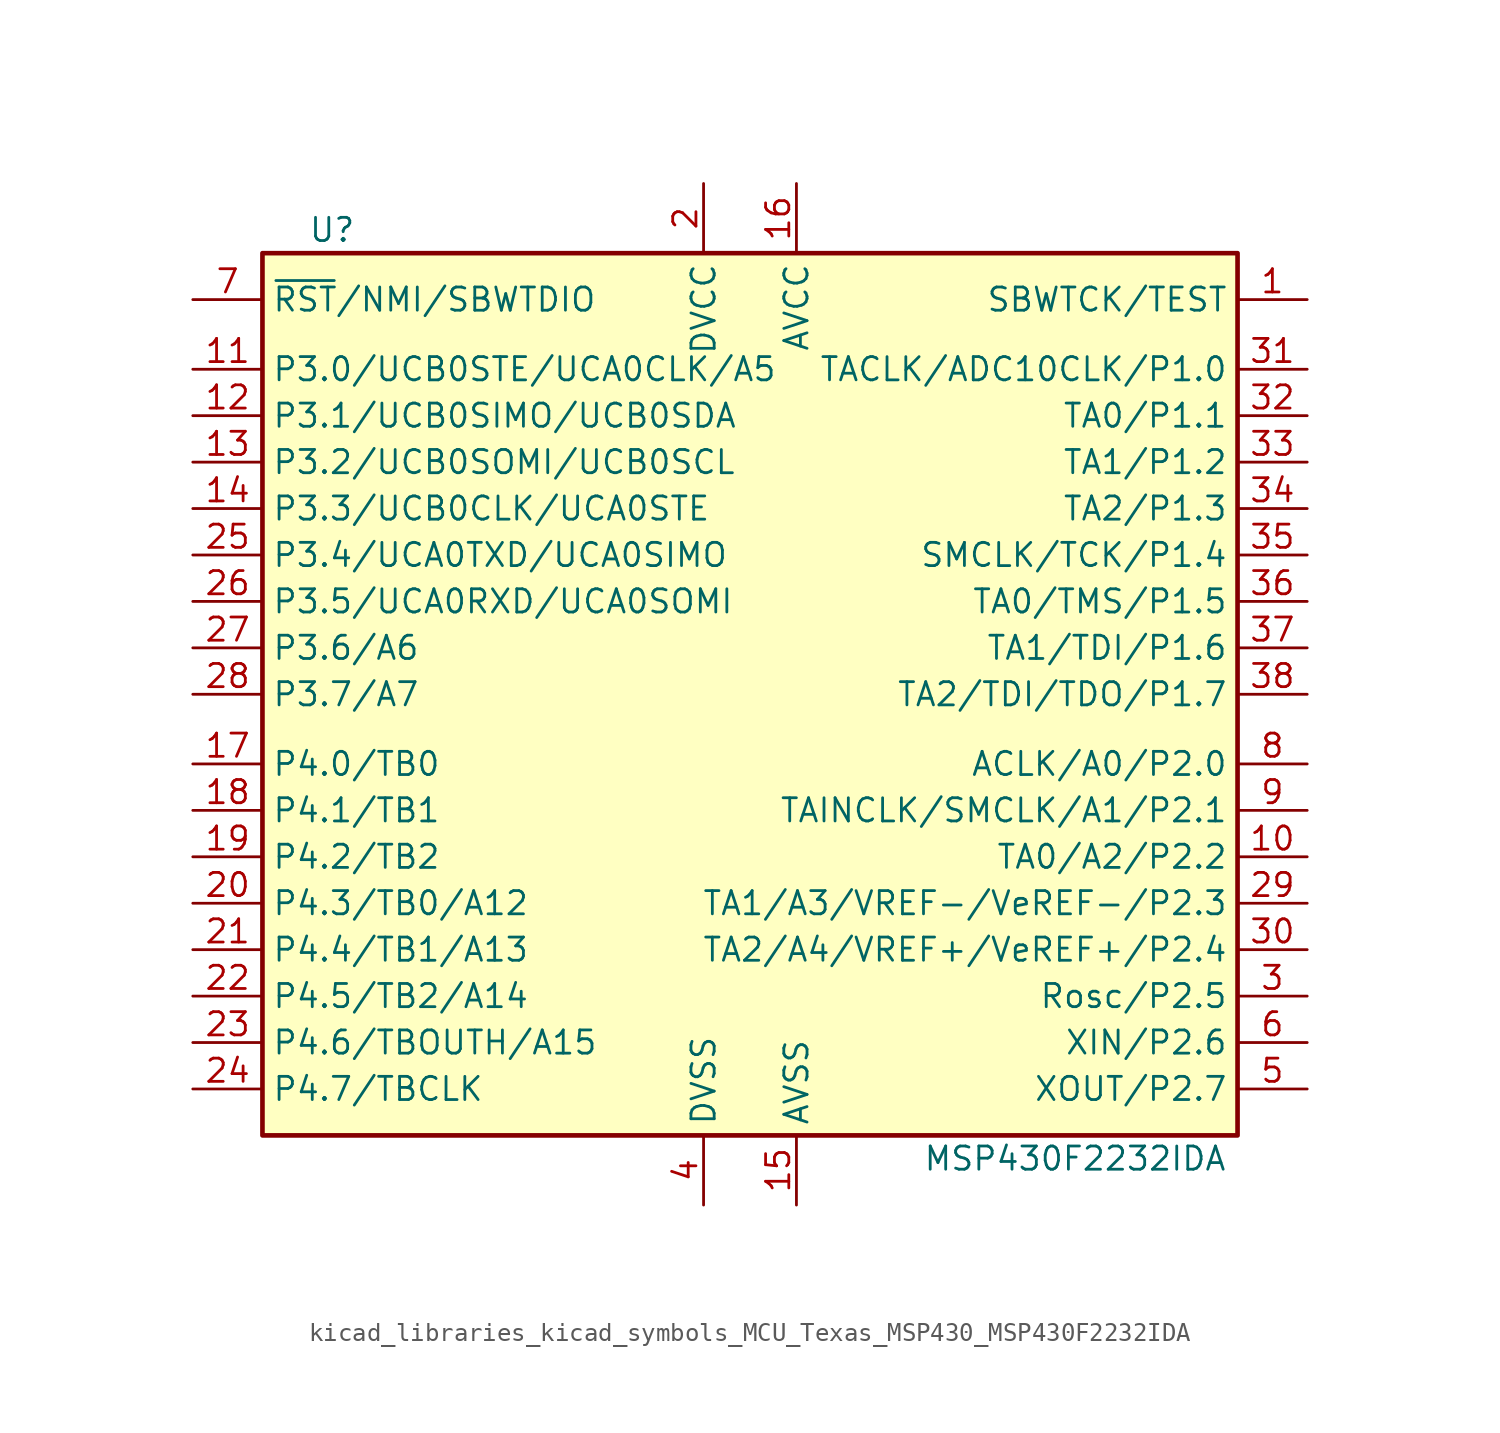
<source format=kicad_sym>
(kicad_symbol_lib
  (version 20220914)
  (generator kicad_symbol_editor)
  (symbol "kicad_libraries_kicad_symbols_MCU_Texas_MSP430_MSP430F2232IDA"
    (property "Reference" "U"
      (at -22.86 25.4 0)
      (effects (font (size 1.27 1.27))))
    (property "Value" "MSP430F2232IDA"
      (at 17.78 -25.4 0)
      (effects (font (size 1.27 1.27))))
    (symbol "kicad_libraries_kicad_symbols_MCU_Texas_MSP430_MSP430F2232IDA_0_1"
      (rectangle (start -26.67 24.13) (end 26.67 -24.13) (stroke (width 0.254) (type default)) (fill (type background))))
    (symbol "kicad_libraries_kicad_symbols_MCU_Texas_MSP430_MSP430F2232IDA_1_1"
      (pin input line (at 30.48 21.59 180) (length 3.81) (name "SBWTCK/TEST" (effects (font (size 1.27 1.27)))) (number "1" (effects (font (size 1.27 1.27)))))
      (pin bidirectional line (at 30.48 -8.89 180) (length 3.81) (name "TA0/A2/P2.2" (effects (font (size 1.27 1.27)))) (number "10" (effects (font (size 1.27 1.27)))))
      (pin bidirectional line (at -30.48 17.78 0) (length 3.81) (name "P3.0/UCB0STE/UCA0CLK/A5" (effects (font (size 1.27 1.27)))) (number "11" (effects (font (size 1.27 1.27)))))
      (pin bidirectional line (at -30.48 15.24 0) (length 3.81) (name "P3.1/UCB0SIMO/UCB0SDA" (effects (font (size 1.27 1.27)))) (number "12" (effects (font (size 1.27 1.27)))))
      (pin bidirectional line (at -30.48 12.7 0) (length 3.81) (name "P3.2/UCB0SOMI/UCB0SCL" (effects (font (size 1.27 1.27)))) (number "13" (effects (font (size 1.27 1.27)))))
      (pin bidirectional line (at -30.48 10.16 0) (length 3.81) (name "P3.3/UCB0CLK/UCA0STE" (effects (font (size 1.27 1.27)))) (number "14" (effects (font (size 1.27 1.27)))))
      (pin power_in line (at 2.54 -27.94 90) (length 3.81) (name "AVSS" (effects (font (size 1.27 1.27)))) (number "15" (effects (font (size 1.27 1.27)))))
      (pin power_in line (at 2.54 27.94 270) (length 3.81) (name "AVCC" (effects (font (size 1.27 1.27)))) (number "16" (effects (font (size 1.27 1.27)))))
      (pin bidirectional line (at -30.48 -3.81 0) (length 3.81) (name "P4.0/TB0" (effects (font (size 1.27 1.27)))) (number "17" (effects (font (size 1.27 1.27)))))
      (pin bidirectional line (at -30.48 -6.35 0) (length 3.81) (name "P4.1/TB1" (effects (font (size 1.27 1.27)))) (number "18" (effects (font (size 1.27 1.27)))))
      (pin bidirectional line (at -30.48 -8.89 0) (length 3.81) (name "P4.2/TB2" (effects (font (size 1.27 1.27)))) (number "19" (effects (font (size 1.27 1.27)))))
      (pin power_in line (at -2.54 27.94 270) (length 3.81) (name "DVCC" (effects (font (size 1.27 1.27)))) (number "2" (effects (font (size 1.27 1.27)))))
      (pin bidirectional line (at -30.48 -11.43 0) (length 3.81) (name "P4.3/TB0/A12" (effects (font (size 1.27 1.27)))) (number "20" (effects (font (size 1.27 1.27)))))
      (pin bidirectional line (at -30.48 -13.97 0) (length 3.81) (name "P4.4/TB1/A13" (effects (font (size 1.27 1.27)))) (number "21" (effects (font (size 1.27 1.27)))))
      (pin bidirectional line (at -30.48 -16.51 0) (length 3.81) (name "P4.5/TB2/A14" (effects (font (size 1.27 1.27)))) (number "22" (effects (font (size 1.27 1.27)))))
      (pin bidirectional line (at -30.48 -19.05 0) (length 3.81) (name "P4.6/TBOUTH/A15" (effects (font (size 1.27 1.27)))) (number "23" (effects (font (size 1.27 1.27)))))
      (pin bidirectional line (at -30.48 -21.59 0) (length 3.81) (name "P4.7/TBCLK" (effects (font (size 1.27 1.27)))) (number "24" (effects (font (size 1.27 1.27)))))
      (pin bidirectional line (at -30.48 7.62 0) (length 3.81) (name "P3.4/UCA0TXD/UCA0SIMO" (effects (font (size 1.27 1.27)))) (number "25" (effects (font (size 1.27 1.27)))))
      (pin bidirectional line (at -30.48 5.08 0) (length 3.81) (name "P3.5/UCA0RXD/UCA0SOMI" (effects (font (size 1.27 1.27)))) (number "26" (effects (font (size 1.27 1.27)))))
      (pin bidirectional line (at -30.48 2.54 0) (length 3.81) (name "P3.6/A6" (effects (font (size 1.27 1.27)))) (number "27" (effects (font (size 1.27 1.27)))))
      (pin bidirectional line (at -30.48 0 0) (length 3.81) (name "P3.7/A7" (effects (font (size 1.27 1.27)))) (number "28" (effects (font (size 1.27 1.27)))))
      (pin bidirectional line (at 30.48 -11.43 180) (length 3.81) (name "TA1/A3/VREF-/VeREF-/P2.3" (effects (font (size 1.27 1.27)))) (number "29" (effects (font (size 1.27 1.27)))))
      (pin bidirectional line (at 30.48 -16.51 180) (length 3.81) (name "Rosc/P2.5" (effects (font (size 1.27 1.27)))) (number "3" (effects (font (size 1.27 1.27)))))
      (pin bidirectional line (at 30.48 -13.97 180) (length 3.81) (name "TA2/A4/VREF+/VeREF+/P2.4" (effects (font (size 1.27 1.27)))) (number "30" (effects (font (size 1.27 1.27)))))
      (pin bidirectional line (at 30.48 17.78 180) (length 3.81) (name "TACLK/ADC10CLK/P1.0" (effects (font (size 1.27 1.27)))) (number "31" (effects (font (size 1.27 1.27)))))
      (pin bidirectional line (at 30.48 15.24 180) (length 3.81) (name "TA0/P1.1" (effects (font (size 1.27 1.27)))) (number "32" (effects (font (size 1.27 1.27)))))
      (pin bidirectional line (at 30.48 12.7 180) (length 3.81) (name "TA1/P1.2" (effects (font (size 1.27 1.27)))) (number "33" (effects (font (size 1.27 1.27)))))
      (pin bidirectional line (at 30.48 10.16 180) (length 3.81) (name "TA2/P1.3" (effects (font (size 1.27 1.27)))) (number "34" (effects (font (size 1.27 1.27)))))
      (pin bidirectional line (at 30.48 7.62 180) (length 3.81) (name "SMCLK/TCK/P1.4" (effects (font (size 1.27 1.27)))) (number "35" (effects (font (size 1.27 1.27)))))
      (pin bidirectional line (at 30.48 5.08 180) (length 3.81) (name "TA0/TMS/P1.5" (effects (font (size 1.27 1.27)))) (number "36" (effects (font (size 1.27 1.27)))))
      (pin bidirectional line (at 30.48 2.54 180) (length 3.81) (name "TA1/TDI/P1.6" (effects (font (size 1.27 1.27)))) (number "37" (effects (font (size 1.27 1.27)))))
      (pin bidirectional line (at 30.48 0 180) (length 3.81) (name "TA2/TDI/TDO/P1.7" (effects (font (size 1.27 1.27)))) (number "38" (effects (font (size 1.27 1.27)))))
      (pin power_in line (at -2.54 -27.94 90) (length 3.81) (name "DVSS" (effects (font (size 1.27 1.27)))) (number "4" (effects (font (size 1.27 1.27)))))
      (pin bidirectional line (at 30.48 -21.59 180) (length 3.81) (name "XOUT/P2.7" (effects (font (size 1.27 1.27)))) (number "5" (effects (font (size 1.27 1.27)))))
      (pin bidirectional line (at 30.48 -19.05 180) (length 3.81) (name "XIN/P2.6" (effects (font (size 1.27 1.27)))) (number "6" (effects (font (size 1.27 1.27)))))
      (pin bidirectional line (at -30.48 21.59 0) (length 3.81) (name "~{RST}/NMI/SBWTDIO" (effects (font (size 1.27 1.27)))) (number "7" (effects (font (size 1.27 1.27)))))
      (pin bidirectional line (at 30.48 -3.81 180) (length 3.81) (name "ACLK/A0/P2.0" (effects (font (size 1.27 1.27)))) (number "8" (effects (font (size 1.27 1.27)))))
      (pin bidirectional line (at 30.48 -6.35 180) (length 3.81) (name "TAINCLK/SMCLK/A1/P2.1" (effects (font (size 1.27 1.27)))) (number "9" (effects (font (size 1.27 1.27))))))))
</source>
